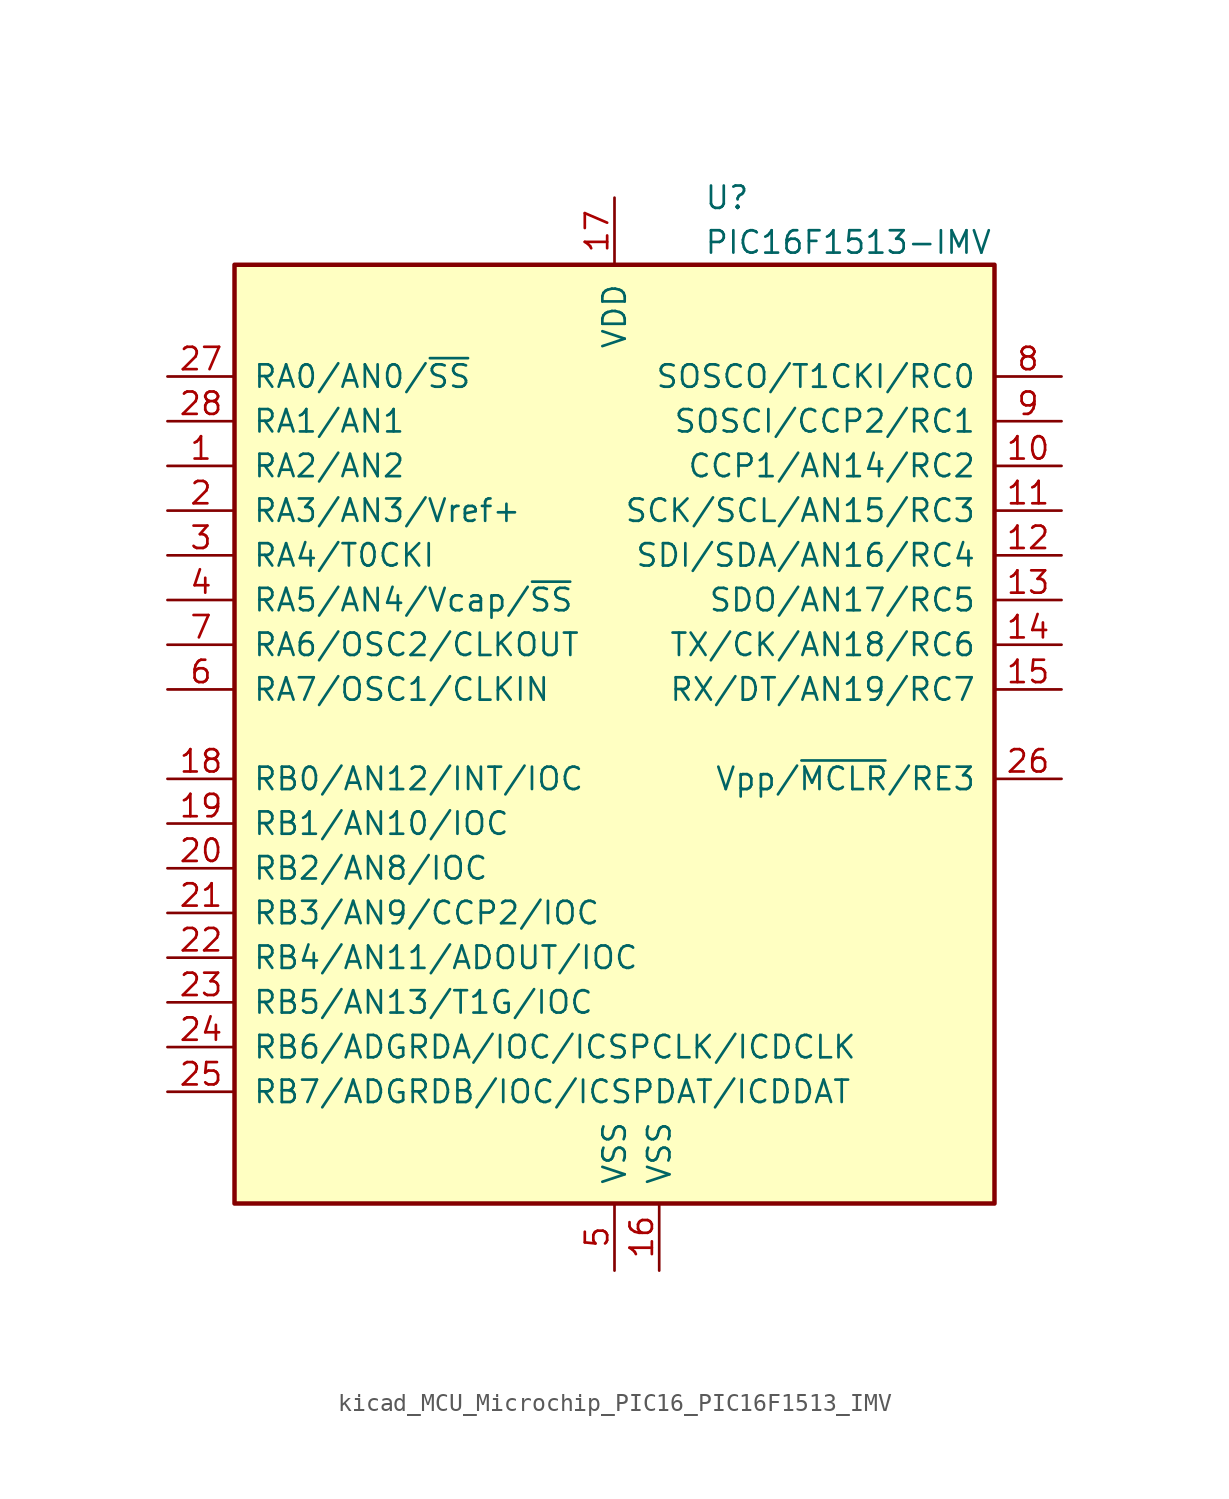
<source format=kicad_sym>
(kicad_symbol_lib
  (version 20220914)
  (generator kicad_symbol_editor)
  (symbol "kicad_MCU_Microchip_PIC16_PIC16F1513_IMV"
    (pin_names
      (offset 1.016))
    (property "Reference" "U"
      (at 5.08 30.48 0)
      (effects (font (size 1.27 1.27)) (justify left)))
    (property "Value" "PIC16F1513-IMV"
      (at 5.08 27.94 0)
      (effects (font (size 1.27 1.27)) (justify left)))
    (symbol "kicad_MCU_Microchip_PIC16_PIC16F1513_IMV_0_1"
      (rectangle (start -21.59 26.67) (end 21.59 -26.67) (stroke (width 0.254) (type default)) (fill (type background))))
    (symbol "kicad_MCU_Microchip_PIC16_PIC16F1513_IMV_1_1"
      (pin bidirectional line (at -25.4 15.24 0) (length 3.81) (name "RA2/AN2" (effects (font (size 1.27 1.27)))) (number "1" (effects (font (size 1.27 1.27)))))
      (pin bidirectional line (at 25.4 15.24 180) (length 3.81) (name "CCP1/AN14/RC2" (effects (font (size 1.27 1.27)))) (number "10" (effects (font (size 1.27 1.27)))))
      (pin bidirectional line (at 25.4 12.7 180) (length 3.81) (name "SCK/SCL/AN15/RC3" (effects (font (size 1.27 1.27)))) (number "11" (effects (font (size 1.27 1.27)))))
      (pin bidirectional line (at 25.4 10.16 180) (length 3.81) (name "SDI/SDA/AN16/RC4" (effects (font (size 1.27 1.27)))) (number "12" (effects (font (size 1.27 1.27)))))
      (pin bidirectional line (at 25.4 7.62 180) (length 3.81) (name "SDO/AN17/RC5" (effects (font (size 1.27 1.27)))) (number "13" (effects (font (size 1.27 1.27)))))
      (pin bidirectional line (at 25.4 5.08 180) (length 3.81) (name "TX/CK/AN18/RC6" (effects (font (size 1.27 1.27)))) (number "14" (effects (font (size 1.27 1.27)))))
      (pin bidirectional line (at 25.4 2.54 180) (length 3.81) (name "RX/DT/AN19/RC7" (effects (font (size 1.27 1.27)))) (number "15" (effects (font (size 1.27 1.27)))))
      (pin power_in line (at 2.54 -30.48 90) (length 3.81) (name "VSS" (effects (font (size 1.27 1.27)))) (number "16" (effects (font (size 1.27 1.27)))))
      (pin power_in line (at 0 30.48 270) (length 3.81) (name "VDD" (effects (font (size 1.27 1.27)))) (number "17" (effects (font (size 1.27 1.27)))))
      (pin bidirectional line (at -25.4 -2.54 0) (length 3.81) (name "RB0/AN12/INT/IOC" (effects (font (size 1.27 1.27)))) (number "18" (effects (font (size 1.27 1.27)))))
      (pin bidirectional line (at -25.4 -5.08 0) (length 3.81) (name "RB1/AN10/IOC" (effects (font (size 1.27 1.27)))) (number "19" (effects (font (size 1.27 1.27)))))
      (pin bidirectional line (at -25.4 12.7 0) (length 3.81) (name "RA3/AN3/Vref+" (effects (font (size 1.27 1.27)))) (number "2" (effects (font (size 1.27 1.27)))))
      (pin bidirectional line (at -25.4 -7.62 0) (length 3.81) (name "RB2/AN8/IOC" (effects (font (size 1.27 1.27)))) (number "20" (effects (font (size 1.27 1.27)))))
      (pin bidirectional line (at -25.4 -10.16 0) (length 3.81) (name "RB3/AN9/CCP2/IOC" (effects (font (size 1.27 1.27)))) (number "21" (effects (font (size 1.27 1.27)))))
      (pin bidirectional line (at -25.4 -12.7 0) (length 3.81) (name "RB4/AN11/ADOUT/IOC" (effects (font (size 1.27 1.27)))) (number "22" (effects (font (size 1.27 1.27)))))
      (pin bidirectional line (at -25.4 -15.24 0) (length 3.81) (name "RB5/AN13/T1G/IOC" (effects (font (size 1.27 1.27)))) (number "23" (effects (font (size 1.27 1.27)))))
      (pin bidirectional line (at -25.4 -17.78 0) (length 3.81) (name "RB6/ADGRDA/IOC/ICSPCLK/ICDCLK" (effects (font (size 1.27 1.27)))) (number "24" (effects (font (size 1.27 1.27)))))
      (pin bidirectional line (at -25.4 -20.32 0) (length 3.81) (name "RB7/ADGRDB/IOC/ICSPDAT/ICDDAT" (effects (font (size 1.27 1.27)))) (number "25" (effects (font (size 1.27 1.27)))))
      (pin input line (at 25.4 -2.54 180) (length 3.81) (name "Vpp/~{MCLR}/RE3" (effects (font (size 1.27 1.27)))) (number "26" (effects (font (size 1.27 1.27)))))
      (pin bidirectional line (at -25.4 20.32 0) (length 3.81) (name "RA0/AN0/~{SS}" (effects (font (size 1.27 1.27)))) (number "27" (effects (font (size 1.27 1.27)))))
      (pin bidirectional line (at -25.4 17.78 0) (length 3.81) (name "RA1/AN1" (effects (font (size 1.27 1.27)))) (number "28" (effects (font (size 1.27 1.27)))))
      (pin bidirectional line (at -25.4 10.16 0) (length 3.81) (name "RA4/T0CKI" (effects (font (size 1.27 1.27)))) (number "3" (effects (font (size 1.27 1.27)))))
      (pin bidirectional line (at -25.4 7.62 0) (length 3.81) (name "RA5/AN4/Vcap/~{SS}" (effects (font (size 1.27 1.27)))) (number "4" (effects (font (size 1.27 1.27)))))
      (pin power_in line (at 0 -30.48 90) (length 3.81) (name "VSS" (effects (font (size 1.27 1.27)))) (number "5" (effects (font (size 1.27 1.27)))))
      (pin bidirectional line (at -25.4 2.54 0) (length 3.81) (name "RA7/OSC1/CLKIN" (effects (font (size 1.27 1.27)))) (number "6" (effects (font (size 1.27 1.27)))))
      (pin bidirectional line (at -25.4 5.08 0) (length 3.81) (name "RA6/OSC2/CLKOUT" (effects (font (size 1.27 1.27)))) (number "7" (effects (font (size 1.27 1.27)))))
      (pin bidirectional line (at 25.4 20.32 180) (length 3.81) (name "SOSCO/T1CKI/RC0" (effects (font (size 1.27 1.27)))) (number "8" (effects (font (size 1.27 1.27)))))
      (pin bidirectional line (at 25.4 17.78 180) (length 3.81) (name "SOSCI/CCP2/RC1" (effects (font (size 1.27 1.27)))) (number "9" (effects (font (size 1.27 1.27))))))))
</source>
